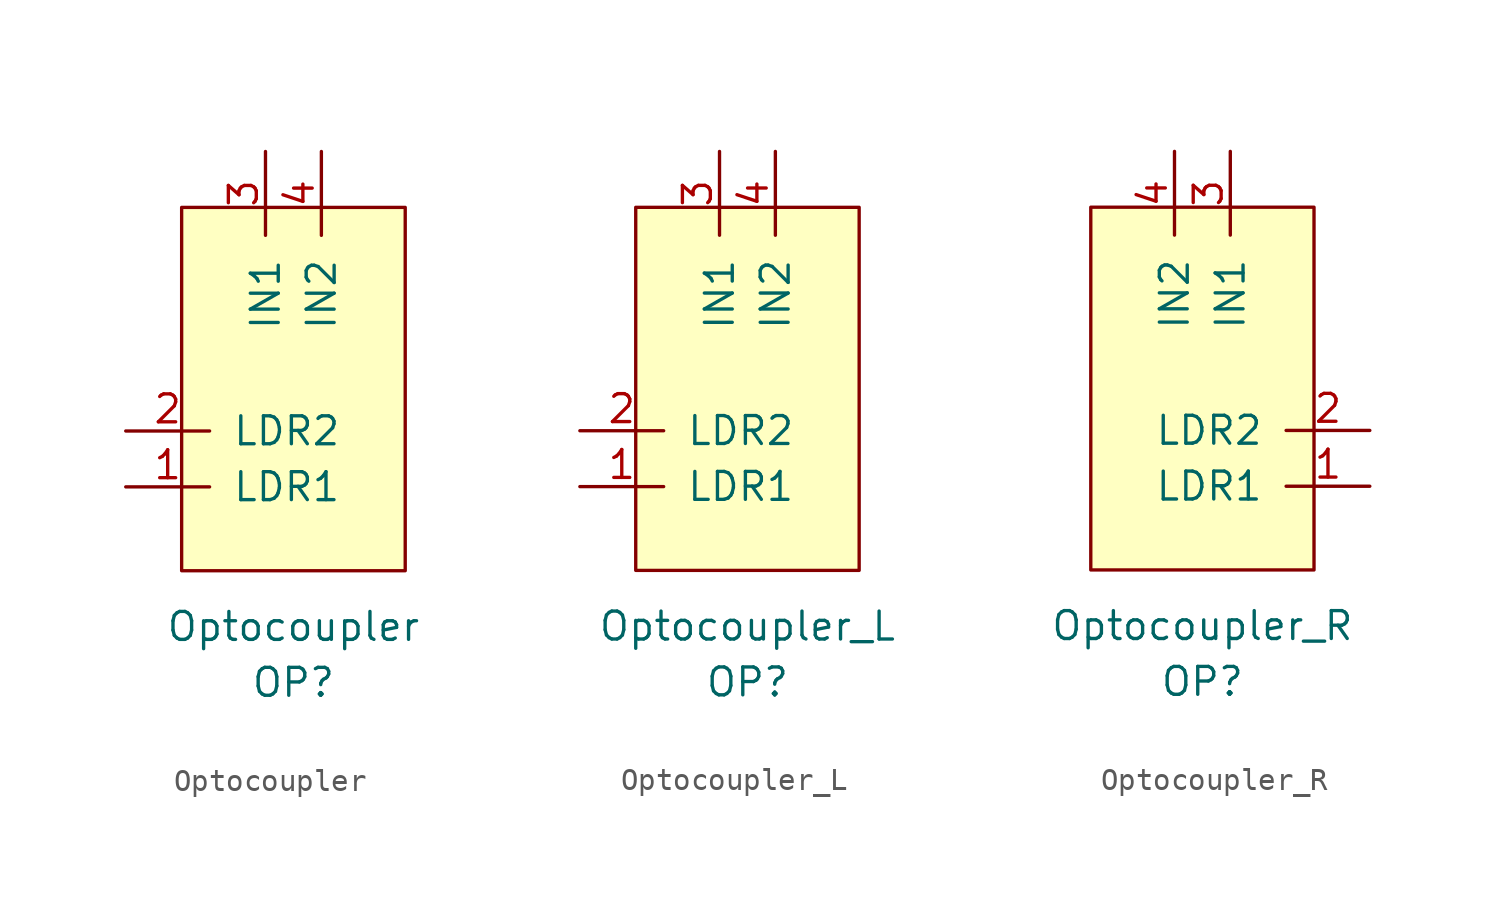
<source format=kicad_sym>
(kicad_symbol_lib
  (version 20220914)
  (generator kicad_symbol_editor)
  (symbol "Optocoupler"
    (pin_names
      (offset 1.016))
    (property "Reference" "OP"
      (at 8.89 -15.24 0)
      (effects (font (size 1.27 1.27))))
    (property "Value" "Optocoupler"
      (at 8.89 -12.7 0)
      (effects (font (size 1.27 1.27))))
    (symbol "Optocoupler_0_1"
      (rectangle (start 3.81 6.35) (end 13.97 -10.16) (stroke (width 0) (type solid)) (fill (type background))))
    (symbol "Optocoupler_1_1"
      (pin output line (at 1.27 -6.35 0) (length 3.81) (name "LDR1" (effects (font (size 1.27 1.27)))) (number "1" (effects (font (size 1.27 1.27)))))
      (pin output line (at 1.27 -3.81 0) (length 3.81) (name "LDR2" (effects (font (size 1.27 1.27)))) (number "2" (effects (font (size 1.27 1.27)))))
      (pin input line (at 7.62 8.89 270) (length 3.81) (name "IN1" (effects (font (size 1.27 1.27)))) (number "3" (effects (font (size 1.27 1.27)))))
      (pin input line (at 10.16 8.89 270) (length 3.81) (name "IN2" (effects (font (size 1.27 1.27)))) (number "4" (effects (font (size 1.27 1.27)))))))
  (symbol "Optocoupler_L"
    (pin_names
      (offset 1.016))
    (property "Reference" "OP"
      (at 8.89 -15.24 0)
      (effects (font (size 1.27 1.27))))
    (property "Value" "Optocoupler_L"
      (at 8.89 -12.7 0)
      (effects (font (size 1.27 1.27))))
    (symbol "Optocoupler_L_0_1"
      (rectangle (start 3.81 6.35) (end 13.97 -10.16) (stroke (width 0) (type solid)) (fill (type background))))
    (symbol "Optocoupler_L_1_1"
      (pin output line (at 1.27 -6.35 0) (length 3.81) (name "LDR1" (effects (font (size 1.27 1.27)))) (number "1" (effects (font (size 1.27 1.27)))))
      (pin output line (at 1.27 -3.81 0) (length 3.81) (name "LDR2" (effects (font (size 1.27 1.27)))) (number "2" (effects (font (size 1.27 1.27)))))
      (pin input line (at 7.62 8.89 270) (length 3.81) (name "IN1" (effects (font (size 1.27 1.27)))) (number "3" (effects (font (size 1.27 1.27)))))
      (pin input line (at 10.16 8.89 270) (length 3.81) (name "IN2" (effects (font (size 1.27 1.27)))) (number "4" (effects (font (size 1.27 1.27)))))))
  (symbol "Optocoupler_R"
    (pin_names
      (offset 1.016))
    (property "Reference" "OP"
      (at 7.62 -15.24 0)
      (effects (font (size 1.27 1.27))))
    (property "Value" "Optocoupler_R"
      (at 7.62 -12.7 0)
      (effects (font (size 1.27 1.27))))
    (symbol "Optocoupler_R_0_1"
      (rectangle (start 2.54 -10.16) (end 12.7 6.35) (stroke (width 0) (type solid)) (fill (type background))))
    (symbol "Optocoupler_R_1_1"
      (pin output line (at 15.24 -6.35 180) (length 3.81) (name "LDR1" (effects (font (size 1.27 1.27)))) (number "1" (effects (font (size 1.27 1.27)))))
      (pin output line (at 15.24 -3.81 180) (length 3.81) (name "LDR2" (effects (font (size 1.27 1.27)))) (number "2" (effects (font (size 1.27 1.27)))))
      (pin input line (at 8.89 8.89 270) (length 3.81) (name "IN1" (effects (font (size 1.27 1.27)))) (number "3" (effects (font (size 1.27 1.27)))))
      (pin input line (at 6.35 8.89 270) (length 3.81) (name "IN2" (effects (font (size 1.27 1.27)))) (number "4" (effects (font (size 1.27 1.27))))))))
</source>
